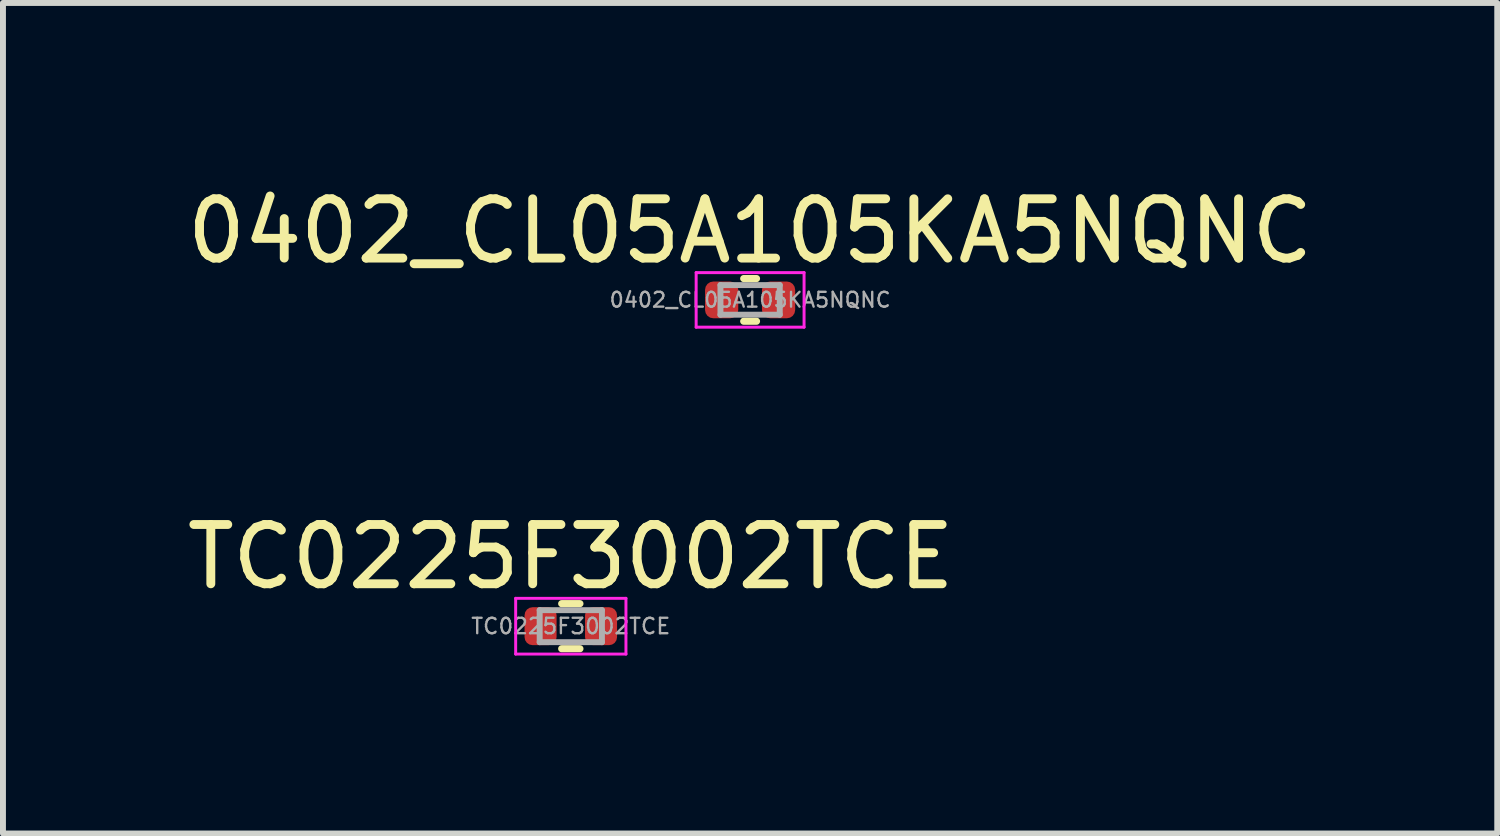
<source format=kicad_pcb>
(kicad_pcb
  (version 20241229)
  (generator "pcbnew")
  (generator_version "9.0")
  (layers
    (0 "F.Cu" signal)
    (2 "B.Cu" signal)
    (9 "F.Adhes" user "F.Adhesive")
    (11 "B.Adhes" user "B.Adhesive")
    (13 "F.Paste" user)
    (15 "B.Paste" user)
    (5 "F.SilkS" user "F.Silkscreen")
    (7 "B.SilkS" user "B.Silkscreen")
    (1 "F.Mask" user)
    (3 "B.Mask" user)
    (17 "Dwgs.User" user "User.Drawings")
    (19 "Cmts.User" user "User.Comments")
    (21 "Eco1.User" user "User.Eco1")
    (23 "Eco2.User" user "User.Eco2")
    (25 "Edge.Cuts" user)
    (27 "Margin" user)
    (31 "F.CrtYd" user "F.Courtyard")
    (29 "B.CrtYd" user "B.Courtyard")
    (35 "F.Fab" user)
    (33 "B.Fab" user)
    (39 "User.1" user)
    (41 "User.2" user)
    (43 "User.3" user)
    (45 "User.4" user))
  (footprint "TC0225F3002TCE"
    (layer "F.Cu")
    (at 6.577 7.511)
    (property "Reference" "TC0225F3002TCE" (at 0 -1.17 0) (layer "F.SilkS") (effects (font (size 1 1) (thickness 0.15))))
    (attr smd)
    (fp_line (start -0.154 -0.38) (end 0.154 -0.38) (stroke (width 0.12) (type solid)) (layer "F.SilkS"))
    (fp_line (start -0.154 0.38) (end 0.154 0.38) (stroke (width 0.12) (type solid)) (layer "F.SilkS"))
    (fp_line (start -0.93 -0.47) (end 0.93 -0.47) (stroke (width 0.05) (type solid)) (layer "F.CrtYd"))
    (fp_line (start -0.93 0.47) (end -0.93 -0.47) (stroke (width 0.05) (type solid)) (layer "F.CrtYd"))
    (fp_line (start 0.93 -0.47) (end 0.93 0.47) (stroke (width 0.05) (type solid)) (layer "F.CrtYd"))
    (fp_line (start 0.93 0.47) (end -0.93 0.47) (stroke (width 0.05) (type solid)) (layer "F.CrtYd"))
    (fp_line (start -0.525 -0.27) (end 0.525 -0.27) (stroke (width 0.1) (type solid)) (layer "F.Fab"))
    (fp_line (start -0.525 0.27) (end -0.525 -0.27) (stroke (width 0.1) (type solid)) (layer "F.Fab"))
    (fp_line (start 0.525 -0.27) (end 0.525 0.27) (stroke (width 0.1) (type solid)) (layer "F.Fab"))
    (fp_line (start 0.525 0.27) (end -0.525 0.27) (stroke (width 0.1) (type solid)) (layer "F.Fab"))
    (fp_text user "${REFERENCE}" (at 0 0 0) (layer "F.Fab") (effects (font (size 0.26 0.26) (thickness 0.04))))
    (pad "1" smd roundrect (at -0.51 0) (size 0.54 0.64) (layers "F.Cu" "F.Mask" "F.Paste") (roundrect_rratio 0.25))
    (pad "2" smd roundrect (at 0.51 0) (size 0.54 0.64) (layers "F.Cu" "F.Mask" "F.Paste") (roundrect_rratio 0.25)))
  (footprint "0402_CL05A105KA5NQNC"
    (layer "F.Cu")
    (at 9.601 2.008)
    (property "Reference" "0402_CL05A105KA5NQNC" (at 0 -1.16 0) (layer "F.SilkS") (effects (font (size 1 1) (thickness 0.15))))
    (attr smd)
    (fp_line (start -0.108 -0.36) (end 0.108 -0.36) (stroke (width 0.12) (type solid)) (layer "F.SilkS"))
    (fp_line (start -0.108 0.36) (end 0.108 0.36) (stroke (width 0.12) (type solid)) (layer "F.SilkS"))
    (fp_line (start -0.91 -0.46) (end 0.91 -0.46) (stroke (width 0.05) (type solid)) (layer "F.CrtYd"))
    (fp_line (start -0.91 0.46) (end -0.91 -0.46) (stroke (width 0.05) (type solid)) (layer "F.CrtYd"))
    (fp_line (start 0.91 -0.46) (end 0.91 0.46) (stroke (width 0.05) (type solid)) (layer "F.CrtYd"))
    (fp_line (start 0.91 0.46) (end -0.91 0.46) (stroke (width 0.05) (type solid)) (layer "F.CrtYd"))
    (fp_line (start -0.5 -0.25) (end 0.5 -0.25) (stroke (width 0.1) (type solid)) (layer "F.Fab"))
    (fp_line (start -0.5 0.25) (end -0.5 -0.25) (stroke (width 0.1) (type solid)) (layer "F.Fab"))
    (fp_line (start 0.5 -0.25) (end 0.5 0.25) (stroke (width 0.1) (type solid)) (layer "F.Fab"))
    (fp_line (start 0.5 0.25) (end -0.5 0.25) (stroke (width 0.1) (type solid)) (layer "F.Fab"))
    (fp_text user "${REFERENCE}" (at 0 0 0) (layer "F.Fab") (effects (font (size 0.25 0.25) (thickness 0.04))))
    (pad "1" smd roundrect (at -0.48 0) (size 0.56 0.62) (layers "F.Cu" "F.Mask" "F.Paste") (roundrect_rratio 0.25))
    (pad "2" smd roundrect (at 0.48 0) (size 0.56 0.62) (layers "F.Cu" "F.Mask" "F.Paste") (roundrect_rratio 0.25)))
  (gr_rect
    (start -3 -3)
    (end 22.202 11.007)
    (stroke (width 0.1) (type default))
    (fill no)
    (layer "Edge.Cuts")))
</source>
